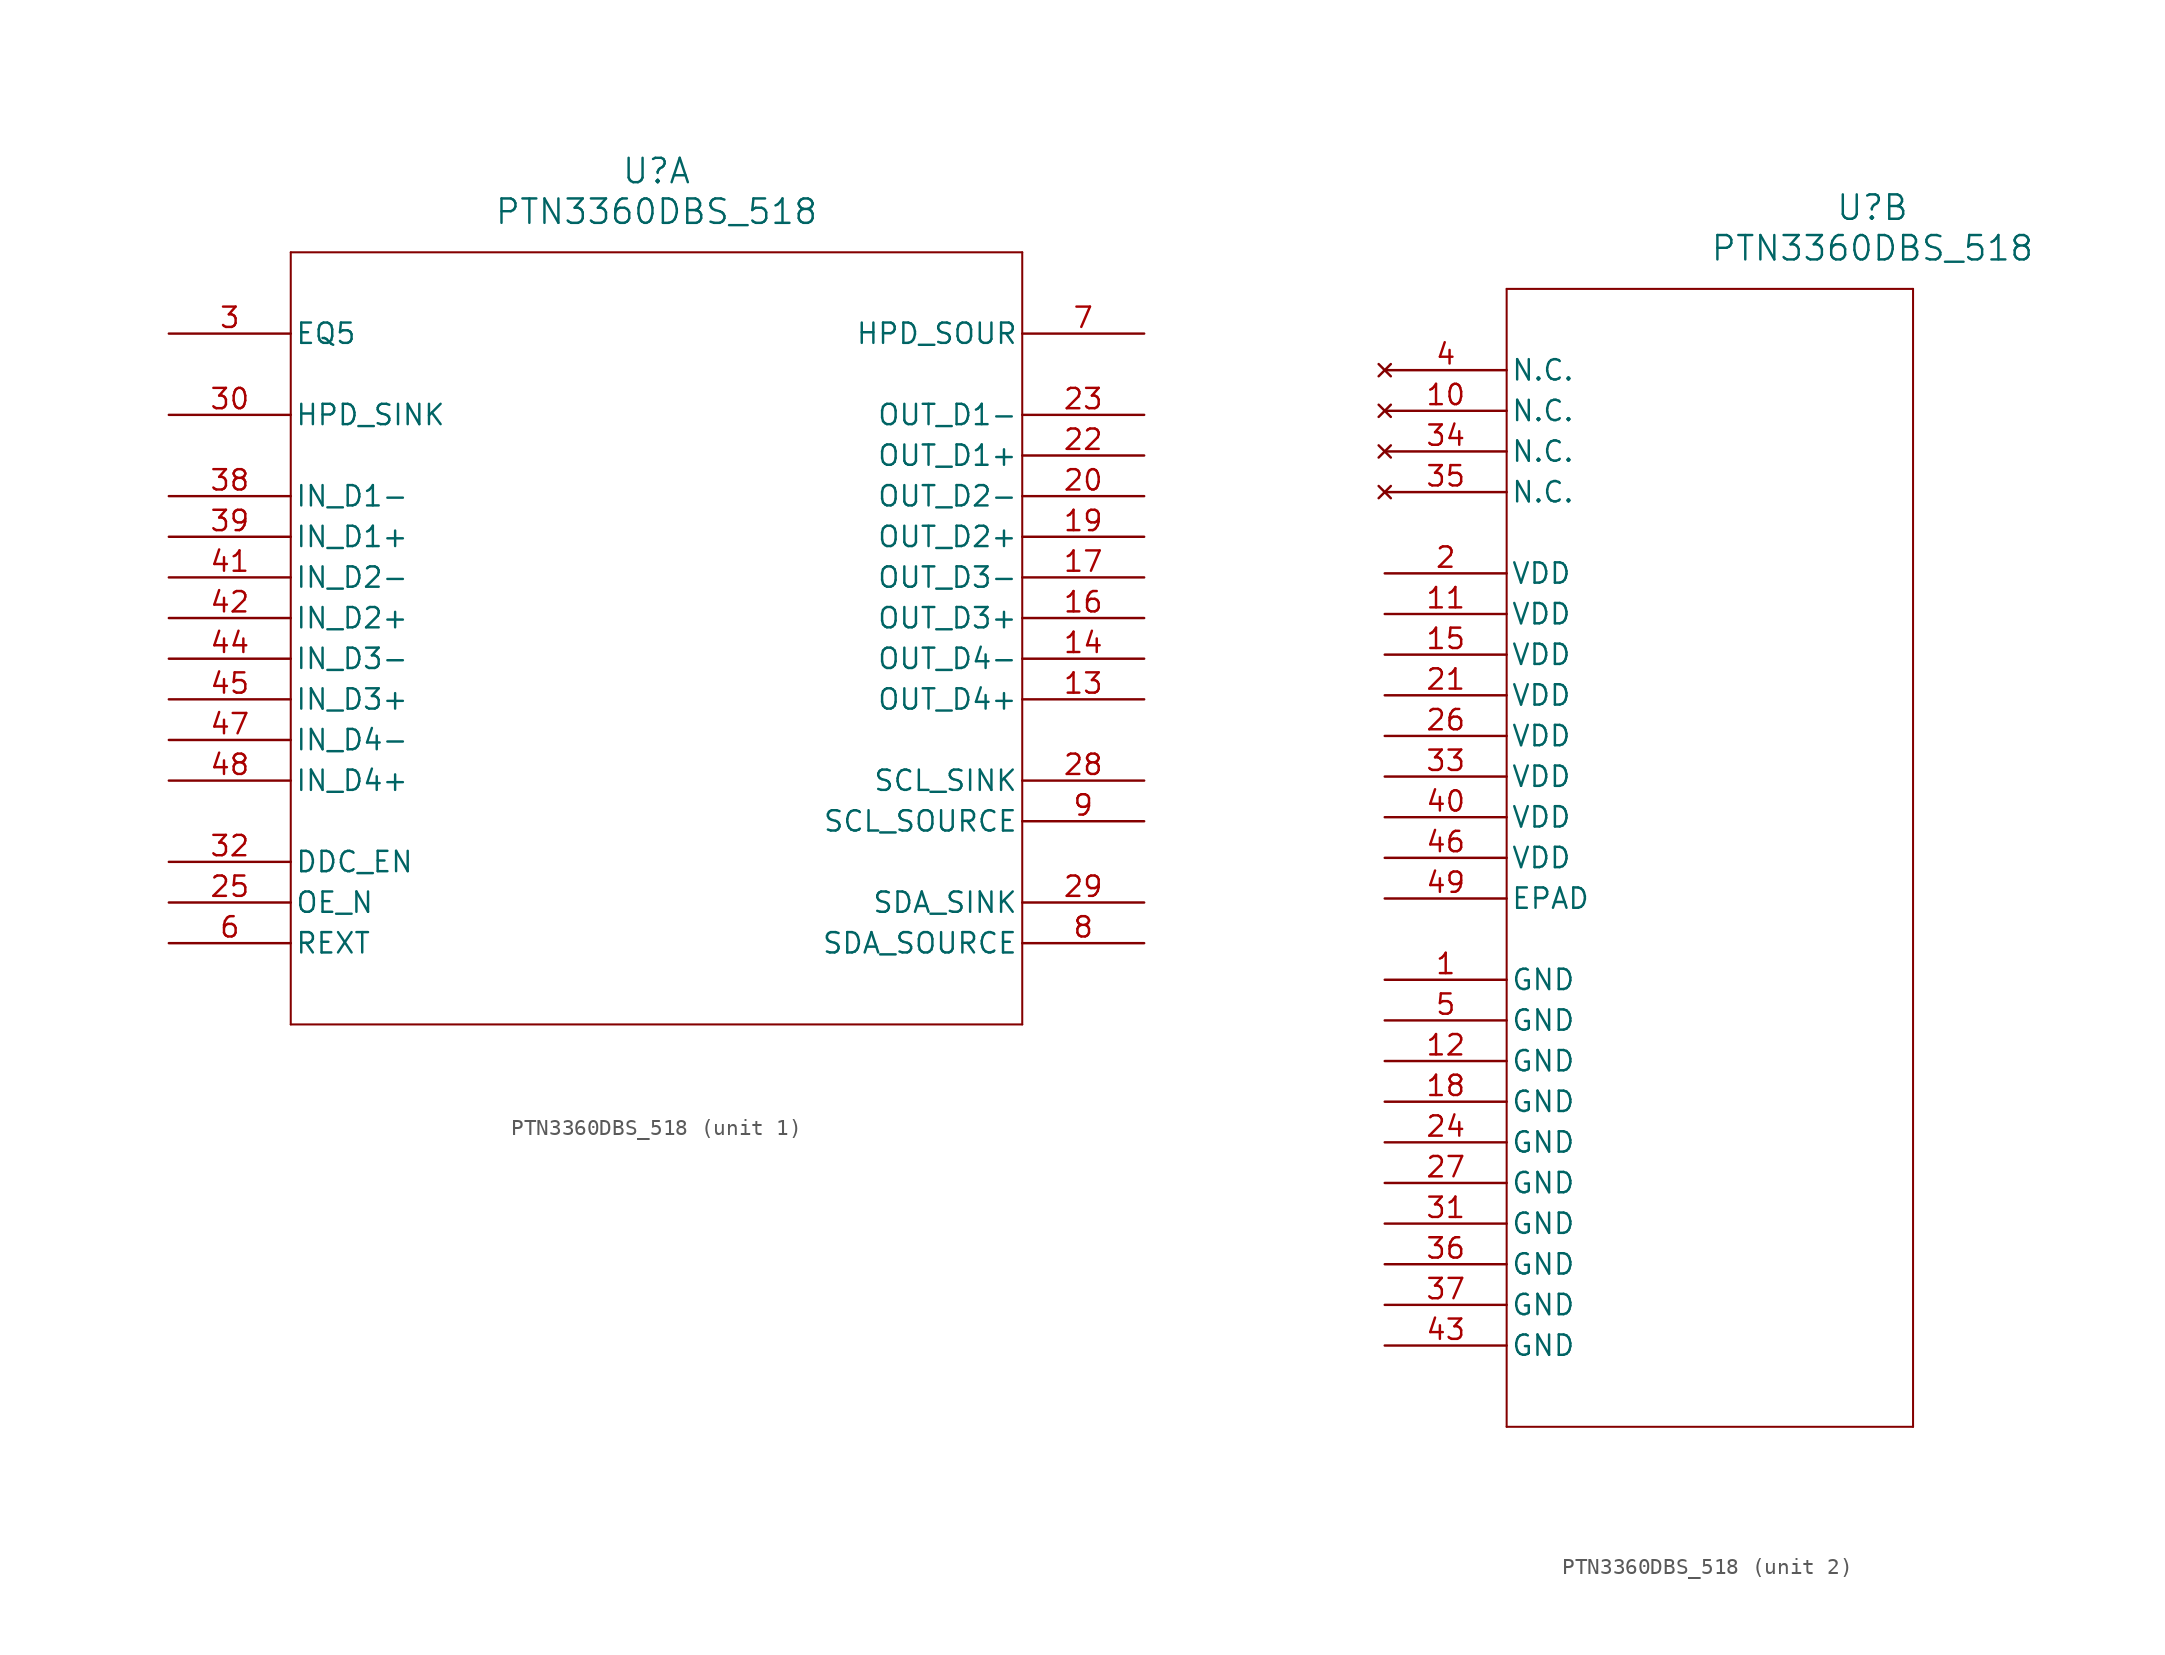
<source format=kicad_sym>
(kicad_symbol_lib
  (version 20211014)
  (generator kicad_symbol_editor)
  (symbol "PTN3360DBS_518"
    (pin_names
      (offset 0.254))
    (property "Reference" "U"
      (at 30.48 10.16 0)
      (effects (font (size 1.524 1.524))))
    (property "Value" "PTN3360DBS_518"
      (at 30.48 7.62 0)
      (effects (font (size 1.524 1.524))))
    (symbol "PTN3360DBS_518_1_1"
      (polyline (pts (xy 7.62 5.08) (xy 7.62 -43.18)) (stroke (width 0.127) (type default) (color 0 0 0 0)) (fill (type none)))
      (polyline (pts (xy 7.62 -43.18) (xy 53.34 -43.18)) (stroke (width 0.127) (type default) (color 0 0 0 0)) (fill (type none)))
      (polyline (pts (xy 53.34 -43.18) (xy 53.34 5.08)) (stroke (width 0.127) (type default) (color 0 0 0 0)) (fill (type none)))
      (polyline (pts (xy 53.34 5.08) (xy 7.62 5.08)) (stroke (width 0.127) (type default) (color 0 0 0 0)) (fill (type none)))
      (pin input line (at 0 0 0) (length 7.62) (name "EQ5" (effects (font (size 1.27 1.27)))) (number "3" (effects (font (size 1.27 1.27)))))
      (pin bidirectional line (at 0 -38.1 0) (length 7.62) (name "REXT" (effects (font (size 1.27 1.27)))) (number "6" (effects (font (size 1.27 1.27)))))
      (pin output line (at 60.96 0 180) (length 7.62) (name "HPD_SOUR" (effects (font (size 1.27 1.27)))) (number "7" (effects (font (size 1.27 1.27)))))
      (pin bidirectional line (at 60.96 -38.1 180) (length 7.62) (name "SDA_SOURCE" (effects (font (size 1.27 1.27)))) (number "8" (effects (font (size 1.27 1.27)))))
      (pin bidirectional line (at 60.96 -30.48 180) (length 7.62) (name "SCL_SOURCE" (effects (font (size 1.27 1.27)))) (number "9" (effects (font (size 1.27 1.27)))))
      (pin output line (at 60.96 -22.86 180) (length 7.62) (name "OUT_D4+" (effects (font (size 1.27 1.27)))) (number "13" (effects (font (size 1.27 1.27)))))
      (pin output line (at 60.96 -20.32 180) (length 7.62) (name "OUT_D4-" (effects (font (size 1.27 1.27)))) (number "14" (effects (font (size 1.27 1.27)))))
      (pin output line (at 60.96 -17.78 180) (length 7.62) (name "OUT_D3+" (effects (font (size 1.27 1.27)))) (number "16" (effects (font (size 1.27 1.27)))))
      (pin output line (at 60.96 -15.24 180) (length 7.62) (name "OUT_D3-" (effects (font (size 1.27 1.27)))) (number "17" (effects (font (size 1.27 1.27)))))
      (pin output line (at 60.96 -12.7 180) (length 7.62) (name "OUT_D2+" (effects (font (size 1.27 1.27)))) (number "19" (effects (font (size 1.27 1.27)))))
      (pin output line (at 60.96 -10.16 180) (length 7.62) (name "OUT_D2-" (effects (font (size 1.27 1.27)))) (number "20" (effects (font (size 1.27 1.27)))))
      (pin output line (at 60.96 -7.62 180) (length 7.62) (name "OUT_D1+" (effects (font (size 1.27 1.27)))) (number "22" (effects (font (size 1.27 1.27)))))
      (pin output line (at 60.96 -5.08 180) (length 7.62) (name "OUT_D1-" (effects (font (size 1.27 1.27)))) (number "23" (effects (font (size 1.27 1.27)))))
      (pin unspecified line (at 0 -35.56 0) (length 7.62) (name "OE_N" (effects (font (size 1.27 1.27)))) (number "25" (effects (font (size 1.27 1.27)))))
      (pin bidirectional line (at 60.96 -27.94 180) (length 7.62) (name "SCL_SINK" (effects (font (size 1.27 1.27)))) (number "28" (effects (font (size 1.27 1.27)))))
      (pin bidirectional line (at 60.96 -35.56 180) (length 7.62) (name "SDA_SINK" (effects (font (size 1.27 1.27)))) (number "29" (effects (font (size 1.27 1.27)))))
      (pin input line (at 0 -5.08 0) (length 7.62) (name "HPD_SINK" (effects (font (size 1.27 1.27)))) (number "30" (effects (font (size 1.27 1.27)))))
      (pin bidirectional line (at 0 -33.02 0) (length 7.62) (name "DDC_EN" (effects (font (size 1.27 1.27)))) (number "32" (effects (font (size 1.27 1.27)))))
      (pin input line (at 0 -10.16 0) (length 7.62) (name "IN_D1-" (effects (font (size 1.27 1.27)))) (number "38" (effects (font (size 1.27 1.27)))))
      (pin input line (at 0 -12.7 0) (length 7.62) (name "IN_D1+" (effects (font (size 1.27 1.27)))) (number "39" (effects (font (size 1.27 1.27)))))
      (pin input line (at 0 -15.24 0) (length 7.62) (name "IN_D2-" (effects (font (size 1.27 1.27)))) (number "41" (effects (font (size 1.27 1.27)))))
      (pin input line (at 0 -17.78 0) (length 7.62) (name "IN_D2+" (effects (font (size 1.27 1.27)))) (number "42" (effects (font (size 1.27 1.27)))))
      (pin input line (at 0 -20.32 0) (length 7.62) (name "IN_D3-" (effects (font (size 1.27 1.27)))) (number "44" (effects (font (size 1.27 1.27)))))
      (pin input line (at 0 -22.86 0) (length 7.62) (name "IN_D3+" (effects (font (size 1.27 1.27)))) (number "45" (effects (font (size 1.27 1.27)))))
      (pin input line (at 0 -25.4 0) (length 7.62) (name "IN_D4-" (effects (font (size 1.27 1.27)))) (number "47" (effects (font (size 1.27 1.27)))))
      (pin input line (at 0 -27.94 0) (length 7.62) (name "IN_D4+" (effects (font (size 1.27 1.27)))) (number "48" (effects (font (size 1.27 1.27))))))
    (symbol "PTN3360DBS_518_2_1"
      (polyline (pts (xy 7.62 5.08) (xy 7.62 -66.04)) (stroke (width 0.127) (type default) (color 0 0 0 0)) (fill (type none)))
      (polyline (pts (xy 7.62 -66.04) (xy 33.02 -66.04)) (stroke (width 0.127) (type default) (color 0 0 0 0)) (fill (type none)))
      (polyline (pts (xy 33.02 -66.04) (xy 33.02 5.08)) (stroke (width 0.127) (type default) (color 0 0 0 0)) (fill (type none)))
      (polyline (pts (xy 33.02 5.08) (xy 7.62 5.08)) (stroke (width 0.127) (type default) (color 0 0 0 0)) (fill (type none)))
      (pin power_out line (at 0 -38.1 0) (length 7.62) (name "GND" (effects (font (size 1.27 1.27)))) (number "1" (effects (font (size 1.27 1.27)))))
      (pin power_in line (at 0 -12.7 0) (length 7.62) (name "VDD" (effects (font (size 1.27 1.27)))) (number "2" (effects (font (size 1.27 1.27)))))
      (pin no_connect line (at 0 0 0) (length 7.62) (name "N.C." (effects (font (size 1.27 1.27)))) (number "4" (effects (font (size 1.27 1.27)))))
      (pin power_out line (at 0 -40.64 0) (length 7.62) (name "GND" (effects (font (size 1.27 1.27)))) (number "5" (effects (font (size 1.27 1.27)))))
      (pin no_connect line (at 0 -2.54 0) (length 7.62) (name "N.C." (effects (font (size 1.27 1.27)))) (number "10" (effects (font (size 1.27 1.27)))))
      (pin power_in line (at 0 -15.24 0) (length 7.62) (name "VDD" (effects (font (size 1.27 1.27)))) (number "11" (effects (font (size 1.27 1.27)))))
      (pin power_out line (at 0 -43.18 0) (length 7.62) (name "GND" (effects (font (size 1.27 1.27)))) (number "12" (effects (font (size 1.27 1.27)))))
      (pin power_in line (at 0 -17.78 0) (length 7.62) (name "VDD" (effects (font (size 1.27 1.27)))) (number "15" (effects (font (size 1.27 1.27)))))
      (pin power_out line (at 0 -45.72 0) (length 7.62) (name "GND" (effects (font (size 1.27 1.27)))) (number "18" (effects (font (size 1.27 1.27)))))
      (pin power_in line (at 0 -20.32 0) (length 7.62) (name "VDD" (effects (font (size 1.27 1.27)))) (number "21" (effects (font (size 1.27 1.27)))))
      (pin power_out line (at 0 -48.26 0) (length 7.62) (name "GND" (effects (font (size 1.27 1.27)))) (number "24" (effects (font (size 1.27 1.27)))))
      (pin power_in line (at 0 -22.86 0) (length 7.62) (name "VDD" (effects (font (size 1.27 1.27)))) (number "26" (effects (font (size 1.27 1.27)))))
      (pin power_out line (at 0 -50.8 0) (length 7.62) (name "GND" (effects (font (size 1.27 1.27)))) (number "27" (effects (font (size 1.27 1.27)))))
      (pin power_out line (at 0 -53.34 0) (length 7.62) (name "GND" (effects (font (size 1.27 1.27)))) (number "31" (effects (font (size 1.27 1.27)))))
      (pin power_in line (at 0 -25.4 0) (length 7.62) (name "VDD" (effects (font (size 1.27 1.27)))) (number "33" (effects (font (size 1.27 1.27)))))
      (pin no_connect line (at 0 -5.08 0) (length 7.62) (name "N.C." (effects (font (size 1.27 1.27)))) (number "34" (effects (font (size 1.27 1.27)))))
      (pin no_connect line (at 0 -7.62 0) (length 7.62) (name "N.C." (effects (font (size 1.27 1.27)))) (number "35" (effects (font (size 1.27 1.27)))))
      (pin power_out line (at 0 -55.88 0) (length 7.62) (name "GND" (effects (font (size 1.27 1.27)))) (number "36" (effects (font (size 1.27 1.27)))))
      (pin power_out line (at 0 -58.42 0) (length 7.62) (name "GND" (effects (font (size 1.27 1.27)))) (number "37" (effects (font (size 1.27 1.27)))))
      (pin power_in line (at 0 -27.94 0) (length 7.62) (name "VDD" (effects (font (size 1.27 1.27)))) (number "40" (effects (font (size 1.27 1.27)))))
      (pin power_out line (at 0 -60.96 0) (length 7.62) (name "GND" (effects (font (size 1.27 1.27)))) (number "43" (effects (font (size 1.27 1.27)))))
      (pin power_in line (at 0 -30.48 0) (length 7.62) (name "VDD" (effects (font (size 1.27 1.27)))) (number "46" (effects (font (size 1.27 1.27)))))
      (pin power_out line (at 0 -33.02 0) (length 7.62) (name "EPAD" (effects (font (size 1.27 1.27)))) (number "49" (effects (font (size 1.27 1.27))))))))
</source>
